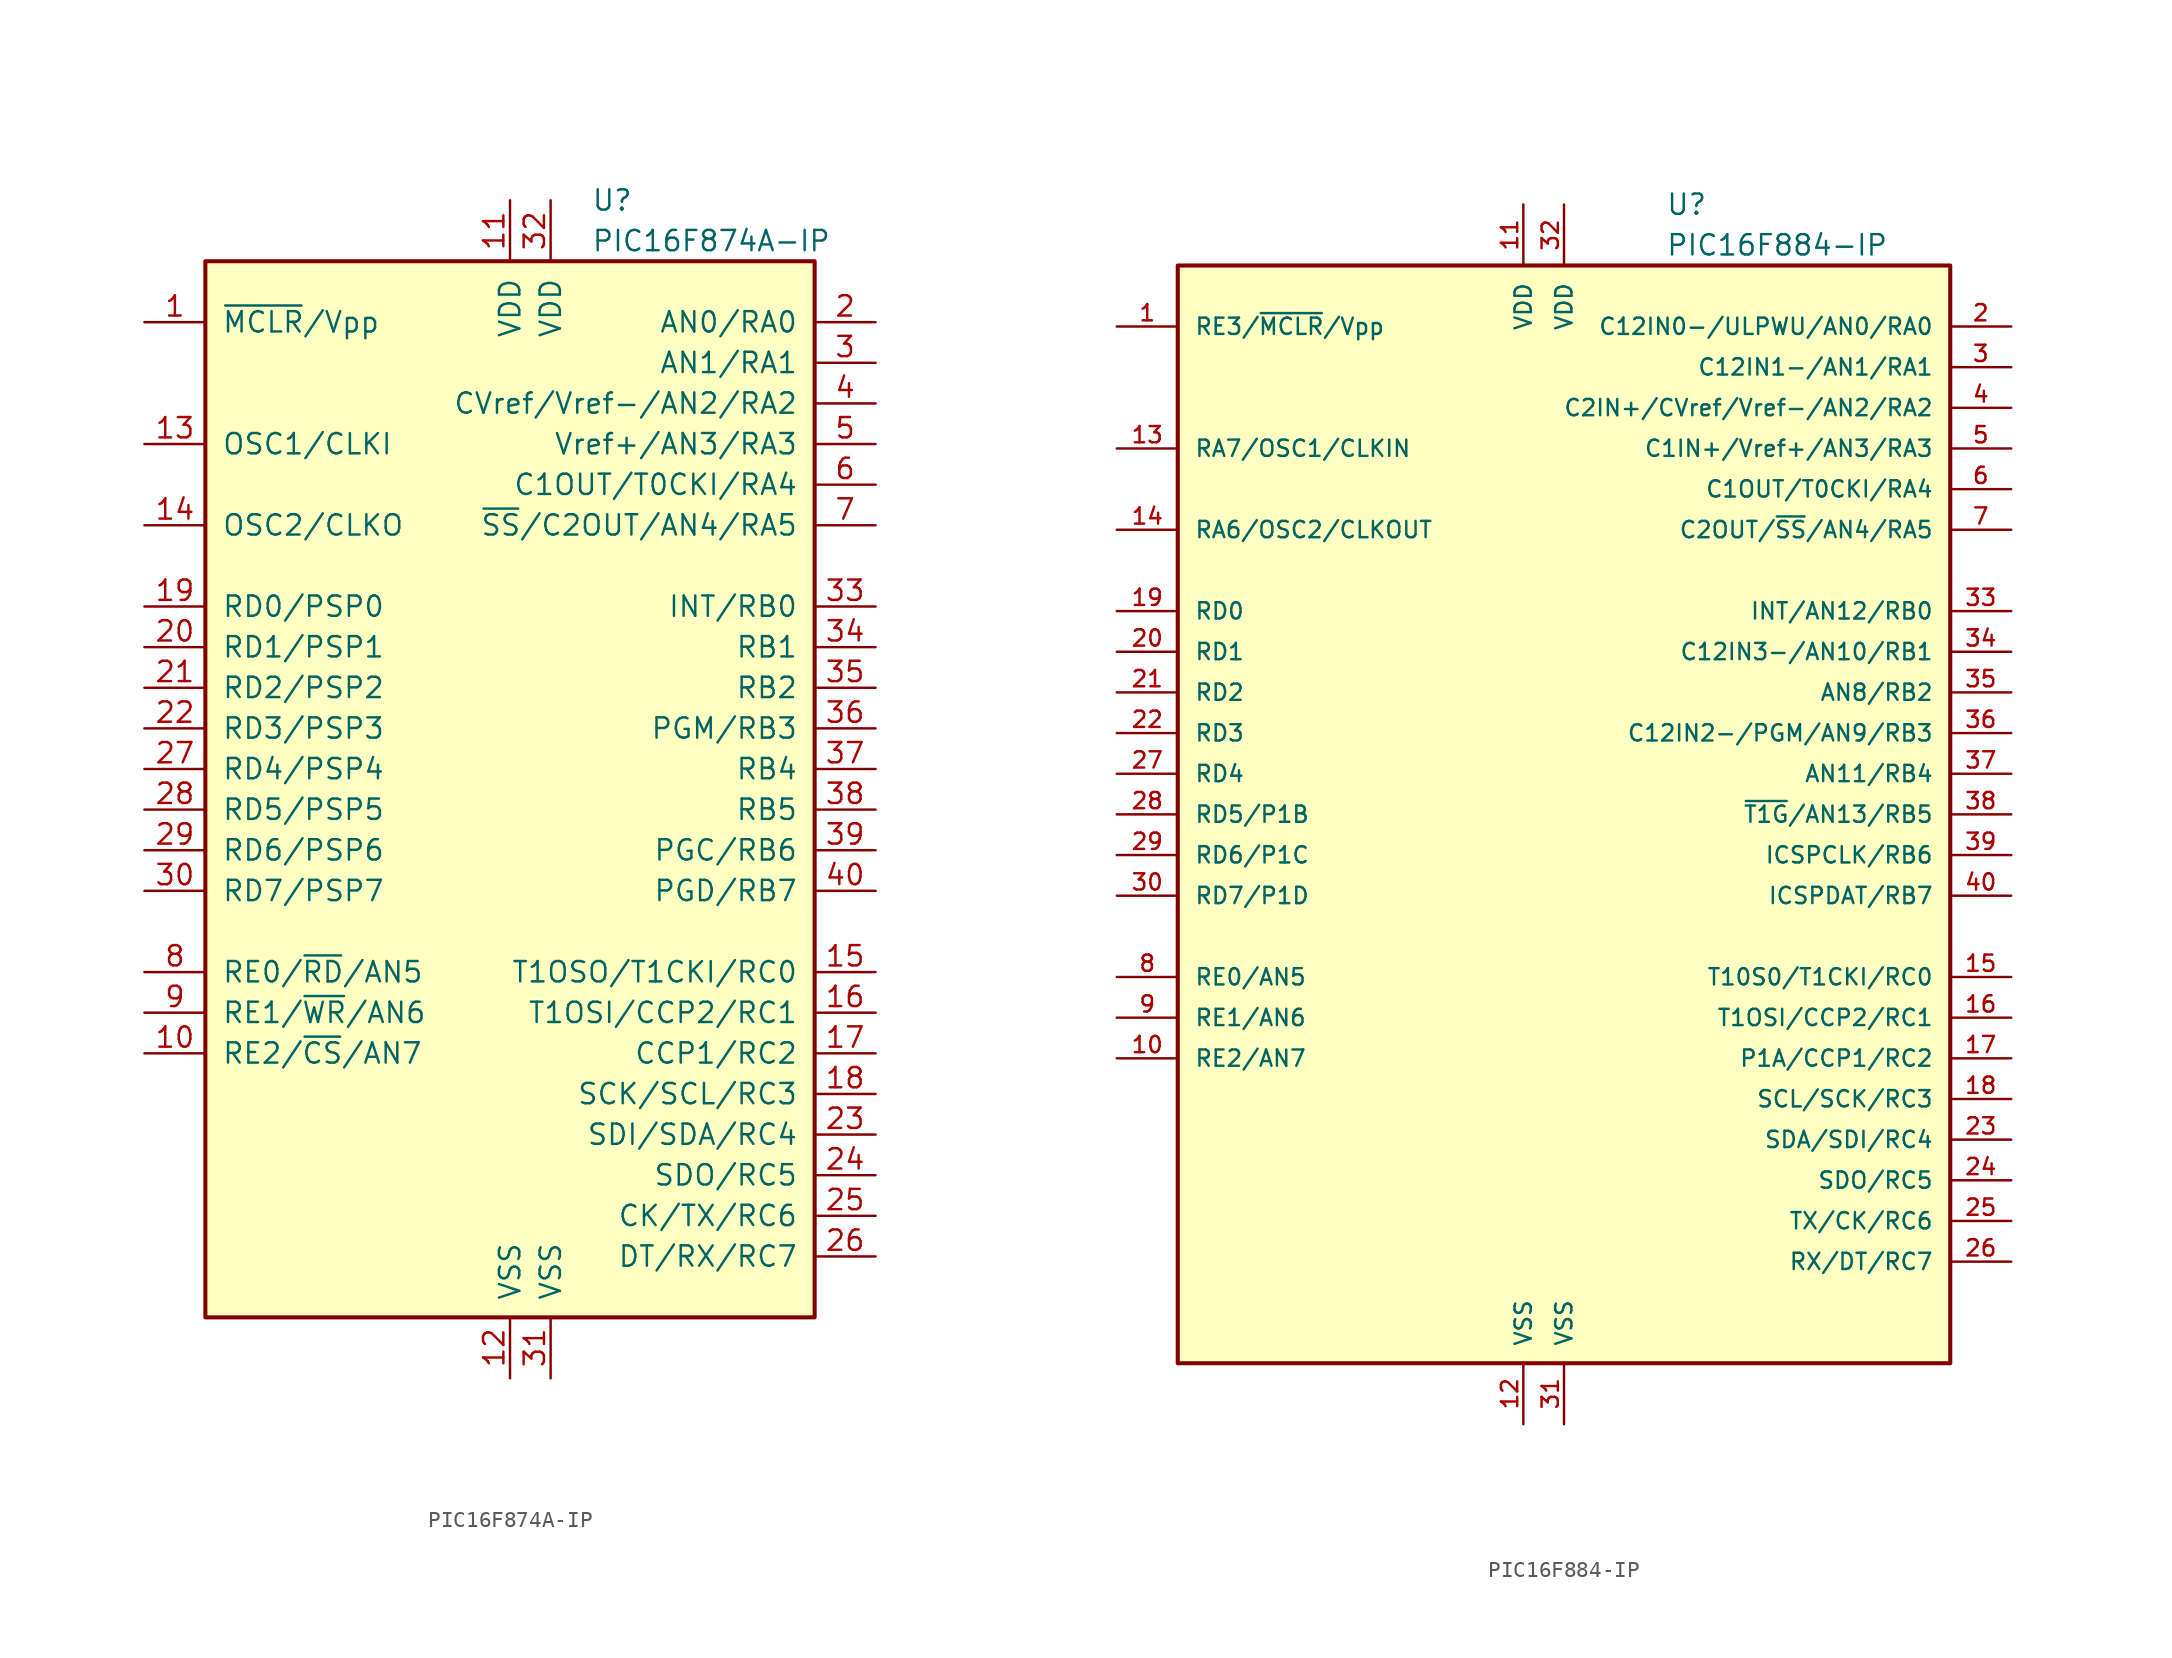
<source format=kicad_sym>
(kicad_symbol_lib
  (version 20201005)
  (generator kicad_symbol_editor)
  (symbol "PIC16F874A-IP"
    (pin_names
      (offset 1.016))
    (property "Reference" "U"
      (at 5.08 35.56 0)
      (effects (font (size 1.27 1.27)) (justify left)))
    (property "Value" "PIC16F874A-IP"
      (at 5.08 33.02 0)
      (effects (font (size 1.27 1.27)) (justify left)))
    (symbol "PIC16F874A-IP_0_1"
      (rectangle (start -19.05 31.75) (end 19.05 -34.29) (stroke (width 0.254)) (fill (type background))))
    (symbol "PIC16F874A-IP_1_1"
      (pin input line (at -22.86 27.94 0) (length 3.81) (name "~MCLR~/Vpp" (effects (font (size 1.27 1.27)))) (number "1" (effects (font (size 1.27 1.27)))))
      (pin bidirectional line (at -22.86 -17.78 0) (length 3.81) (name "RE2/~CS~/AN7" (effects (font (size 1.27 1.27)))) (number "10" (effects (font (size 1.27 1.27)))))
      (pin power_in line (at 0 35.56 270) (length 3.81) (name "VDD" (effects (font (size 1.27 1.27)))) (number "11" (effects (font (size 1.27 1.27)))))
      (pin power_in line (at 0 -38.1 90) (length 3.81) (name "VSS" (effects (font (size 1.27 1.27)))) (number "12" (effects (font (size 1.27 1.27)))))
      (pin input line (at -22.86 20.32 0) (length 3.81) (name "OSC1/CLKI" (effects (font (size 1.27 1.27)))) (number "13" (effects (font (size 1.27 1.27)))))
      (pin output line (at -22.86 15.24 0) (length 3.81) (name "OSC2/CLKO" (effects (font (size 1.27 1.27)))) (number "14" (effects (font (size 1.27 1.27)))))
      (pin bidirectional line (at 22.86 -12.7 180) (length 3.81) (name "T1OSO/T1CKI/RC0" (effects (font (size 1.27 1.27)))) (number "15" (effects (font (size 1.27 1.27)))))
      (pin bidirectional line (at 22.86 -15.24 180) (length 3.81) (name "T1OSI/CCP2/RC1" (effects (font (size 1.27 1.27)))) (number "16" (effects (font (size 1.27 1.27)))))
      (pin bidirectional line (at 22.86 -17.78 180) (length 3.81) (name "CCP1/RC2" (effects (font (size 1.27 1.27)))) (number "17" (effects (font (size 1.27 1.27)))))
      (pin bidirectional line (at 22.86 -20.32 180) (length 3.81) (name "SCK/SCL/RC3" (effects (font (size 1.27 1.27)))) (number "18" (effects (font (size 1.27 1.27)))))
      (pin bidirectional line (at -22.86 10.16 0) (length 3.81) (name "RD0/PSP0" (effects (font (size 1.27 1.27)))) (number "19" (effects (font (size 1.27 1.27)))))
      (pin bidirectional line (at 22.86 27.94 180) (length 3.81) (name "AN0/RA0" (effects (font (size 1.27 1.27)))) (number "2" (effects (font (size 1.27 1.27)))))
      (pin bidirectional line (at -22.86 7.62 0) (length 3.81) (name "RD1/PSP1" (effects (font (size 1.27 1.27)))) (number "20" (effects (font (size 1.27 1.27)))))
      (pin bidirectional line (at -22.86 5.08 0) (length 3.81) (name "RD2/PSP2" (effects (font (size 1.27 1.27)))) (number "21" (effects (font (size 1.27 1.27)))))
      (pin bidirectional line (at -22.86 2.54 0) (length 3.81) (name "RD3/PSP3" (effects (font (size 1.27 1.27)))) (number "22" (effects (font (size 1.27 1.27)))))
      (pin bidirectional line (at 22.86 -22.86 180) (length 3.81) (name "SDI/SDA/RC4" (effects (font (size 1.27 1.27)))) (number "23" (effects (font (size 1.27 1.27)))))
      (pin bidirectional line (at 22.86 -25.4 180) (length 3.81) (name "SDO/RC5" (effects (font (size 1.27 1.27)))) (number "24" (effects (font (size 1.27 1.27)))))
      (pin bidirectional line (at 22.86 -27.94 180) (length 3.81) (name "CK/TX/RC6" (effects (font (size 1.27 1.27)))) (number "25" (effects (font (size 1.27 1.27)))))
      (pin bidirectional line (at 22.86 -30.48 180) (length 3.81) (name "DT/RX/RC7" (effects (font (size 1.27 1.27)))) (number "26" (effects (font (size 1.27 1.27)))))
      (pin bidirectional line (at -22.86 0 0) (length 3.81) (name "RD4/PSP4" (effects (font (size 1.27 1.27)))) (number "27" (effects (font (size 1.27 1.27)))))
      (pin bidirectional line (at -22.86 -2.54 0) (length 3.81) (name "RD5/PSP5" (effects (font (size 1.27 1.27)))) (number "28" (effects (font (size 1.27 1.27)))))
      (pin bidirectional line (at -22.86 -5.08 0) (length 3.81) (name "RD6/PSP6" (effects (font (size 1.27 1.27)))) (number "29" (effects (font (size 1.27 1.27)))))
      (pin bidirectional line (at 22.86 25.4 180) (length 3.81) (name "AN1/RA1" (effects (font (size 1.27 1.27)))) (number "3" (effects (font (size 1.27 1.27)))))
      (pin bidirectional line (at -22.86 -7.62 0) (length 3.81) (name "RD7/PSP7" (effects (font (size 1.27 1.27)))) (number "30" (effects (font (size 1.27 1.27)))))
      (pin power_in line (at 2.54 -38.1 90) (length 3.81) (name "VSS" (effects (font (size 1.27 1.27)))) (number "31" (effects (font (size 1.27 1.27)))))
      (pin power_in line (at 2.54 35.56 270) (length 3.81) (name "VDD" (effects (font (size 1.27 1.27)))) (number "32" (effects (font (size 1.27 1.27)))))
      (pin bidirectional line (at 22.86 10.16 180) (length 3.81) (name "INT/RB0" (effects (font (size 1.27 1.27)))) (number "33" (effects (font (size 1.27 1.27)))))
      (pin bidirectional line (at 22.86 7.62 180) (length 3.81) (name "RB1" (effects (font (size 1.27 1.27)))) (number "34" (effects (font (size 1.27 1.27)))))
      (pin bidirectional line (at 22.86 5.08 180) (length 3.81) (name "RB2" (effects (font (size 1.27 1.27)))) (number "35" (effects (font (size 1.27 1.27)))))
      (pin bidirectional line (at 22.86 2.54 180) (length 3.81) (name "PGM/RB3" (effects (font (size 1.27 1.27)))) (number "36" (effects (font (size 1.27 1.27)))))
      (pin bidirectional line (at 22.86 0 180) (length 3.81) (name "RB4" (effects (font (size 1.27 1.27)))) (number "37" (effects (font (size 1.27 1.27)))))
      (pin bidirectional line (at 22.86 -2.54 180) (length 3.81) (name "RB5" (effects (font (size 1.27 1.27)))) (number "38" (effects (font (size 1.27 1.27)))))
      (pin bidirectional line (at 22.86 -5.08 180) (length 3.81) (name "PGC/RB6" (effects (font (size 1.27 1.27)))) (number "39" (effects (font (size 1.27 1.27)))))
      (pin bidirectional line (at 22.86 22.86 180) (length 3.81) (name "CVref/Vref-/AN2/RA2" (effects (font (size 1.27 1.27)))) (number "4" (effects (font (size 1.27 1.27)))))
      (pin bidirectional line (at 22.86 -7.62 180) (length 3.81) (name "PGD/RB7" (effects (font (size 1.27 1.27)))) (number "40" (effects (font (size 1.27 1.27)))))
      (pin bidirectional line (at 22.86 20.32 180) (length 3.81) (name "Vref+/AN3/RA3" (effects (font (size 1.27 1.27)))) (number "5" (effects (font (size 1.27 1.27)))))
      (pin bidirectional line (at 22.86 17.78 180) (length 3.81) (name "C1OUT/T0CKI/RA4" (effects (font (size 1.27 1.27)))) (number "6" (effects (font (size 1.27 1.27)))))
      (pin bidirectional line (at 22.86 15.24 180) (length 3.81) (name "~SS~/C2OUT/AN4/RA5" (effects (font (size 1.27 1.27)))) (number "7" (effects (font (size 1.27 1.27)))))
      (pin bidirectional line (at -22.86 -12.7 0) (length 3.81) (name "RE0/~RD~/AN5" (effects (font (size 1.27 1.27)))) (number "8" (effects (font (size 1.27 1.27)))))
      (pin bidirectional line (at -22.86 -15.24 0) (length 3.81) (name "RE1/~WR~/AN6" (effects (font (size 1.27 1.27)))) (number "9" (effects (font (size 1.27 1.27)))))))
  (symbol "PIC16F884-IP"
    (pin_names
      (offset 1.016))
    (property "Reference" "U"
      (at 6.35 38.1 0)
      (effects (font (size 1.27 1.27)) (justify left)))
    (property "Value" "PIC16F884-IP"
      (at 6.35 35.56 0)
      (effects (font (size 1.27 1.27)) (justify left)))
    (symbol "PIC16F884-IP_0_1"
      (rectangle (start -24.13 -34.29) (end 24.13 34.29) (stroke (width 0.254)) (fill (type background))))
    (symbol "PIC16F884-IP_1_1"
      (pin input line (at -27.94 30.48 0) (length 3.81) (name "RE3/~MCLR~/Vpp" (effects (font (size 1.016 1.016)))) (number "1" (effects (font (size 1.016 1.016)))))
      (pin bidirectional line (at -27.94 -15.24 0) (length 3.81) (name "RE2/AN7" (effects (font (size 1.016 1.016)))) (number "10" (effects (font (size 1.016 1.016)))))
      (pin power_in line (at -2.54 38.1 270) (length 3.81) (name "VDD" (effects (font (size 1.016 1.016)))) (number "11" (effects (font (size 1.016 1.016)))))
      (pin power_in line (at -2.54 -38.1 90) (length 3.81) (name "VSS" (effects (font (size 1.016 1.016)))) (number "12" (effects (font (size 1.016 1.016)))))
      (pin bidirectional line (at -27.94 22.86 0) (length 3.81) (name "RA7/OSC1/CLKIN" (effects (font (size 1.016 1.016)))) (number "13" (effects (font (size 1.016 1.016)))))
      (pin bidirectional line (at -27.94 17.78 0) (length 3.81) (name "RA6/OSC2/CLKOUT" (effects (font (size 1.016 1.016)))) (number "14" (effects (font (size 1.016 1.016)))))
      (pin bidirectional line (at 27.94 -10.16 180) (length 3.81) (name "T10S0/T1CKI/RC0" (effects (font (size 1.016 1.016)))) (number "15" (effects (font (size 1.016 1.016)))))
      (pin bidirectional line (at 27.94 -12.7 180) (length 3.81) (name "T1OSI/CCP2/RC1" (effects (font (size 1.016 1.016)))) (number "16" (effects (font (size 1.016 1.016)))))
      (pin bidirectional line (at 27.94 -15.24 180) (length 3.81) (name "P1A/CCP1/RC2" (effects (font (size 1.016 1.016)))) (number "17" (effects (font (size 1.016 1.016)))))
      (pin bidirectional line (at 27.94 -17.78 180) (length 3.81) (name "SCL/SCK/RC3" (effects (font (size 1.016 1.016)))) (number "18" (effects (font (size 1.016 1.016)))))
      (pin bidirectional line (at -27.94 12.7 0) (length 3.81) (name "RD0" (effects (font (size 1.016 1.016)))) (number "19" (effects (font (size 1.016 1.016)))))
      (pin bidirectional line (at 27.94 30.48 180) (length 3.81) (name "C12IN0-/ULPWU/AN0/RA0" (effects (font (size 1.016 1.016)))) (number "2" (effects (font (size 1.016 1.016)))))
      (pin bidirectional line (at -27.94 10.16 0) (length 3.81) (name "RD1" (effects (font (size 1.016 1.016)))) (number "20" (effects (font (size 1.016 1.016)))))
      (pin bidirectional line (at -27.94 7.62 0) (length 3.81) (name "RD2" (effects (font (size 1.016 1.016)))) (number "21" (effects (font (size 1.016 1.016)))))
      (pin bidirectional line (at -27.94 5.08 0) (length 3.81) (name "RD3" (effects (font (size 1.016 1.016)))) (number "22" (effects (font (size 1.016 1.016)))))
      (pin bidirectional line (at 27.94 -20.32 180) (length 3.81) (name "SDA/SDI/RC4" (effects (font (size 1.016 1.016)))) (number "23" (effects (font (size 1.016 1.016)))))
      (pin bidirectional line (at 27.94 -22.86 180) (length 3.81) (name "SDO/RC5" (effects (font (size 1.016 1.016)))) (number "24" (effects (font (size 1.016 1.016)))))
      (pin bidirectional line (at 27.94 -25.4 180) (length 3.81) (name "TX/CK/RC6" (effects (font (size 1.016 1.016)))) (number "25" (effects (font (size 1.016 1.016)))))
      (pin bidirectional line (at 27.94 -27.94 180) (length 3.81) (name "RX/DT/RC7" (effects (font (size 1.016 1.016)))) (number "26" (effects (font (size 1.016 1.016)))))
      (pin bidirectional line (at -27.94 2.54 0) (length 3.81) (name "RD4" (effects (font (size 1.016 1.016)))) (number "27" (effects (font (size 1.016 1.016)))))
      (pin bidirectional line (at -27.94 0 0) (length 3.81) (name "RD5/P1B" (effects (font (size 1.016 1.016)))) (number "28" (effects (font (size 1.016 1.016)))))
      (pin bidirectional line (at -27.94 -2.54 0) (length 3.81) (name "RD6/P1C" (effects (font (size 1.016 1.016)))) (number "29" (effects (font (size 1.016 1.016)))))
      (pin bidirectional line (at 27.94 27.94 180) (length 3.81) (name "C12IN1-/AN1/RA1" (effects (font (size 1.016 1.016)))) (number "3" (effects (font (size 1.016 1.016)))))
      (pin bidirectional line (at -27.94 -5.08 0) (length 3.81) (name "RD7/P1D" (effects (font (size 1.016 1.016)))) (number "30" (effects (font (size 1.016 1.016)))))
      (pin power_in line (at 0 -38.1 90) (length 3.81) (name "VSS" (effects (font (size 1.016 1.016)))) (number "31" (effects (font (size 1.016 1.016)))))
      (pin power_in line (at 0 38.1 270) (length 3.81) (name "VDD" (effects (font (size 1.016 1.016)))) (number "32" (effects (font (size 1.016 1.016)))))
      (pin bidirectional line (at 27.94 12.7 180) (length 3.81) (name "INT/AN12/RB0" (effects (font (size 1.016 1.016)))) (number "33" (effects (font (size 1.016 1.016)))))
      (pin bidirectional line (at 27.94 10.16 180) (length 3.81) (name "C12IN3-/AN10/RB1" (effects (font (size 1.016 1.016)))) (number "34" (effects (font (size 1.016 1.016)))))
      (pin bidirectional line (at 27.94 7.62 180) (length 3.81) (name "AN8/RB2" (effects (font (size 1.016 1.016)))) (number "35" (effects (font (size 1.016 1.016)))))
      (pin bidirectional line (at 27.94 5.08 180) (length 3.81) (name "C12IN2-/PGM/AN9/RB3" (effects (font (size 1.016 1.016)))) (number "36" (effects (font (size 1.016 1.016)))))
      (pin bidirectional line (at 27.94 2.54 180) (length 3.81) (name "AN11/RB4" (effects (font (size 1.016 1.016)))) (number "37" (effects (font (size 1.016 1.016)))))
      (pin bidirectional line (at 27.94 0 180) (length 3.81) (name "~T1G~/AN13/RB5" (effects (font (size 1.016 1.016)))) (number "38" (effects (font (size 1.016 1.016)))))
      (pin bidirectional line (at 27.94 -2.54 180) (length 3.81) (name "ICSPCLK/RB6" (effects (font (size 1.016 1.016)))) (number "39" (effects (font (size 1.016 1.016)))))
      (pin bidirectional line (at 27.94 25.4 180) (length 3.81) (name "C2IN+/CVref/Vref-/AN2/RA2" (effects (font (size 1.016 1.016)))) (number "4" (effects (font (size 1.016 1.016)))))
      (pin bidirectional line (at 27.94 -5.08 180) (length 3.81) (name "ICSPDAT/RB7" (effects (font (size 1.016 1.016)))) (number "40" (effects (font (size 1.016 1.016)))))
      (pin bidirectional line (at 27.94 22.86 180) (length 3.81) (name "C1IN+/Vref+/AN3/RA3" (effects (font (size 1.016 1.016)))) (number "5" (effects (font (size 1.016 1.016)))))
      (pin bidirectional line (at 27.94 20.32 180) (length 3.81) (name "C1OUT/T0CKI/RA4" (effects (font (size 1.016 1.016)))) (number "6" (effects (font (size 1.016 1.016)))))
      (pin bidirectional line (at 27.94 17.78 180) (length 3.81) (name "C2OUT/~SS~/AN4/RA5" (effects (font (size 1.016 1.016)))) (number "7" (effects (font (size 1.016 1.016)))))
      (pin bidirectional line (at -27.94 -10.16 0) (length 3.81) (name "RE0/AN5" (effects (font (size 1.016 1.016)))) (number "8" (effects (font (size 1.016 1.016)))))
      (pin bidirectional line (at -27.94 -12.7 0) (length 3.81) (name "RE1/AN6" (effects (font (size 1.016 1.016)))) (number "9" (effects (font (size 1.016 1.016))))))))
</source>
